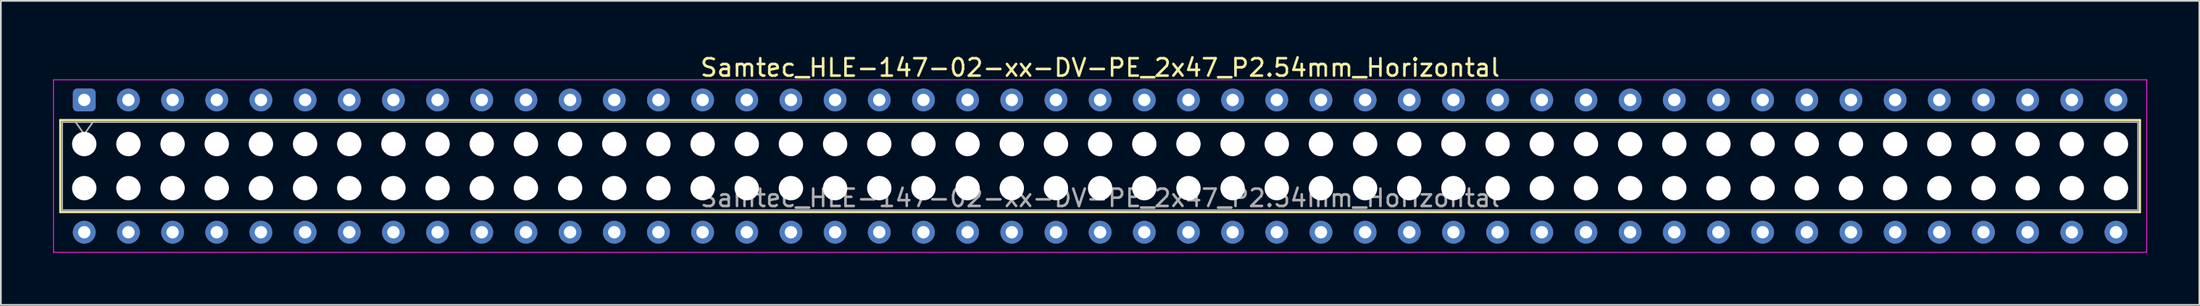
<source format=kicad_pcb>
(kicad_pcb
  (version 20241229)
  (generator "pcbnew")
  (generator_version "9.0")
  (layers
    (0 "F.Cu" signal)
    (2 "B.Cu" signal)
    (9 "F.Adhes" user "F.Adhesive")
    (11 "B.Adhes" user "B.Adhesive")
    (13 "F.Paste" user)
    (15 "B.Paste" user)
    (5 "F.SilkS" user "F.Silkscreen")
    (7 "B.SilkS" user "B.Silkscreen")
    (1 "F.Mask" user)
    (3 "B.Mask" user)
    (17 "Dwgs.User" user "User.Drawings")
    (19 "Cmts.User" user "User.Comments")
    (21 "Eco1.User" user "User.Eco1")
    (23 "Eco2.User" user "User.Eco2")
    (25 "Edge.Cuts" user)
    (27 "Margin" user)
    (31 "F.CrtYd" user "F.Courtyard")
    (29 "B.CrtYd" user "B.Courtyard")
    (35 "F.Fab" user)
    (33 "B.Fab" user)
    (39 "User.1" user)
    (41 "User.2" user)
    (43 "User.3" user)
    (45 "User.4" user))
  (footprint "Samtec_HLE-147-02-xx-DV-PE_2x47_P2.54mm_Horizontal"
    (layer "F.Cu")
    (at 1.795 2.708)
    (property "Reference" "Samtec_HLE-147-02-xx-DV-PE_2x47_P2.54mm_Horizontal" (at 58.42 -1.86 0) (layer "F.SilkS") (effects (font (size 1 1) (thickness 0.15))))
    (attr through_hole)
    (fp_line (start -1.38 1.16) (end 118.22 1.16) (stroke (width 0.12) (type solid)) (layer "F.SilkS"))
    (fp_line (start -1.38 6.46) (end -1.38 1.16) (stroke (width 0.12) (type solid)) (layer "F.SilkS"))
    (fp_line (start 118.22 1.16) (end 118.22 6.46) (stroke (width 0.12) (type solid)) (layer "F.SilkS"))
    (fp_line (start 118.22 6.46) (end -1.38 6.46) (stroke (width 0.12) (type solid)) (layer "F.SilkS"))
    (fp_line (start -1.77 -1.16) (end 118.61 -1.16) (stroke (width 0.05) (type solid)) (layer "F.CrtYd"))
    (fp_line (start -1.77 8.78) (end -1.77 -1.16) (stroke (width 0.05) (type solid)) (layer "F.CrtYd"))
    (fp_line (start 118.61 -1.16) (end 118.61 8.78) (stroke (width 0.05) (type solid)) (layer "F.CrtYd"))
    (fp_line (start 118.61 8.78) (end -1.77 8.78) (stroke (width 0.05) (type solid)) (layer "F.CrtYd"))
    (fp_line (start -1.27 1.27) (end 118.11 1.27) (stroke (width 0.1) (type solid)) (layer "F.Fab"))
    (fp_line (start -1.27 6.35) (end -1.27 1.27) (stroke (width 0.1) (type solid)) (layer "F.Fab"))
    (fp_line (start -0.5 1.27) (end 0 1.977) (stroke (width 0.1) (type solid)) (layer "F.Fab"))
    (fp_line (start 0 1.977) (end 0.5 1.27) (stroke (width 0.1) (type solid)) (layer "F.Fab"))
    (fp_line (start 118.11 1.27) (end 118.11 6.35) (stroke (width 0.1) (type solid)) (layer "F.Fab"))
    (fp_line (start 118.11 6.35) (end -1.27 6.35) (stroke (width 0.1) (type solid)) (layer "F.Fab"))
    (fp_text user "${REFERENCE}" (at 58.42 5.65 0) (layer "F.Fab") (effects (font (size 1 1) (thickness 0.15))))
    (pad "" np_thru_hole circle (at 0 2.54) (size 1.4 1.4) (drill 1.4) (layers "*.Cu" "*.Mask"))
    (pad "" np_thru_hole circle (at 0 5.08) (size 1.4 1.4) (drill 1.4) (layers "*.Cu" "*.Mask"))
    (pad "" np_thru_hole circle (at 2.54 2.54) (size 1.4 1.4) (drill 1.4) (layers "*.Cu" "*.Mask"))
    (pad "" np_thru_hole circle (at 2.54 5.08) (size 1.4 1.4) (drill 1.4) (layers "*.Cu" "*.Mask"))
    (pad "" np_thru_hole circle (at 5.08 2.54) (size 1.4 1.4) (drill 1.4) (layers "*.Cu" "*.Mask"))
    (pad "" np_thru_hole circle (at 5.08 5.08) (size 1.4 1.4) (drill 1.4) (layers "*.Cu" "*.Mask"))
    (pad "" np_thru_hole circle (at 7.62 2.54) (size 1.4 1.4) (drill 1.4) (layers "*.Cu" "*.Mask"))
    (pad "" np_thru_hole circle (at 7.62 5.08) (size 1.4 1.4) (drill 1.4) (layers "*.Cu" "*.Mask"))
    (pad "" np_thru_hole circle (at 10.16 2.54) (size 1.4 1.4) (drill 1.4) (layers "*.Cu" "*.Mask"))
    (pad "" np_thru_hole circle (at 10.16 5.08) (size 1.4 1.4) (drill 1.4) (layers "*.Cu" "*.Mask"))
    (pad "" np_thru_hole circle (at 12.7 2.54) (size 1.4 1.4) (drill 1.4) (layers "*.Cu" "*.Mask"))
    (pad "" np_thru_hole circle (at 12.7 5.08) (size 1.4 1.4) (drill 1.4) (layers "*.Cu" "*.Mask"))
    (pad "" np_thru_hole circle (at 15.24 2.54) (size 1.4 1.4) (drill 1.4) (layers "*.Cu" "*.Mask"))
    (pad "" np_thru_hole circle (at 15.24 5.08) (size 1.4 1.4) (drill 1.4) (layers "*.Cu" "*.Mask"))
    (pad "" np_thru_hole circle (at 17.78 2.54) (size 1.4 1.4) (drill 1.4) (layers "*.Cu" "*.Mask"))
    (pad "" np_thru_hole circle (at 17.78 5.08) (size 1.4 1.4) (drill 1.4) (layers "*.Cu" "*.Mask"))
    (pad "" np_thru_hole circle (at 20.32 2.54) (size 1.4 1.4) (drill 1.4) (layers "*.Cu" "*.Mask"))
    (pad "" np_thru_hole circle (at 20.32 5.08) (size 1.4 1.4) (drill 1.4) (layers "*.Cu" "*.Mask"))
    (pad "" np_thru_hole circle (at 22.86 2.54) (size 1.4 1.4) (drill 1.4) (layers "*.Cu" "*.Mask"))
    (pad "" np_thru_hole circle (at 22.86 5.08) (size 1.4 1.4) (drill 1.4) (layers "*.Cu" "*.Mask"))
    (pad "" np_thru_hole circle (at 25.4 2.54) (size 1.4 1.4) (drill 1.4) (layers "*.Cu" "*.Mask"))
    (pad "" np_thru_hole circle (at 25.4 5.08) (size 1.4 1.4) (drill 1.4) (layers "*.Cu" "*.Mask"))
    (pad "" np_thru_hole circle (at 27.94 2.54) (size 1.4 1.4) (drill 1.4) (layers "*.Cu" "*.Mask"))
    (pad "" np_thru_hole circle (at 27.94 5.08) (size 1.4 1.4) (drill 1.4) (layers "*.Cu" "*.Mask"))
    (pad "" np_thru_hole circle (at 30.48 2.54) (size 1.4 1.4) (drill 1.4) (layers "*.Cu" "*.Mask"))
    (pad "" np_thru_hole circle (at 30.48 5.08) (size 1.4 1.4) (drill 1.4) (layers "*.Cu" "*.Mask"))
    (pad "" np_thru_hole circle (at 33.02 2.54) (size 1.4 1.4) (drill 1.4) (layers "*.Cu" "*.Mask"))
    (pad "" np_thru_hole circle (at 33.02 5.08) (size 1.4 1.4) (drill 1.4) (layers "*.Cu" "*.Mask"))
    (pad "" np_thru_hole circle (at 35.56 2.54) (size 1.4 1.4) (drill 1.4) (layers "*.Cu" "*.Mask"))
    (pad "" np_thru_hole circle (at 35.56 5.08) (size 1.4 1.4) (drill 1.4) (layers "*.Cu" "*.Mask"))
    (pad "" np_thru_hole circle (at 38.1 2.54) (size 1.4 1.4) (drill 1.4) (layers "*.Cu" "*.Mask"))
    (pad "" np_thru_hole circle (at 38.1 5.08) (size 1.4 1.4) (drill 1.4) (layers "*.Cu" "*.Mask"))
    (pad "" np_thru_hole circle (at 40.64 2.54) (size 1.4 1.4) (drill 1.4) (layers "*.Cu" "*.Mask"))
    (pad "" np_thru_hole circle (at 40.64 5.08) (size 1.4 1.4) (drill 1.4) (layers "*.Cu" "*.Mask"))
    (pad "" np_thru_hole circle (at 43.18 2.54) (size 1.4 1.4) (drill 1.4) (layers "*.Cu" "*.Mask"))
    (pad "" np_thru_hole circle (at 43.18 5.08) (size 1.4 1.4) (drill 1.4) (layers "*.Cu" "*.Mask"))
    (pad "" np_thru_hole circle (at 45.72 2.54) (size 1.4 1.4) (drill 1.4) (layers "*.Cu" "*.Mask"))
    (pad "" np_thru_hole circle (at 45.72 5.08) (size 1.4 1.4) (drill 1.4) (layers "*.Cu" "*.Mask"))
    (pad "" np_thru_hole circle (at 48.26 2.54) (size 1.4 1.4) (drill 1.4) (layers "*.Cu" "*.Mask"))
    (pad "" np_thru_hole circle (at 48.26 5.08) (size 1.4 1.4) (drill 1.4) (layers "*.Cu" "*.Mask"))
    (pad "" np_thru_hole circle (at 50.8 2.54) (size 1.4 1.4) (drill 1.4) (layers "*.Cu" "*.Mask"))
    (pad "" np_thru_hole circle (at 50.8 5.08) (size 1.4 1.4) (drill 1.4) (layers "*.Cu" "*.Mask"))
    (pad "" np_thru_hole circle (at 53.34 2.54) (size 1.4 1.4) (drill 1.4) (layers "*.Cu" "*.Mask"))
    (pad "" np_thru_hole circle (at 53.34 5.08) (size 1.4 1.4) (drill 1.4) (layers "*.Cu" "*.Mask"))
    (pad "" np_thru_hole circle (at 55.88 2.54) (size 1.4 1.4) (drill 1.4) (layers "*.Cu" "*.Mask"))
    (pad "" np_thru_hole circle (at 55.88 5.08) (size 1.4 1.4) (drill 1.4) (layers "*.Cu" "*.Mask"))
    (pad "" np_thru_hole circle (at 58.42 2.54) (size 1.4 1.4) (drill 1.4) (layers "*.Cu" "*.Mask"))
    (pad "" np_thru_hole circle (at 58.42 5.08) (size 1.4 1.4) (drill 1.4) (layers "*.Cu" "*.Mask"))
    (pad "" np_thru_hole circle (at 60.96 2.54) (size 1.4 1.4) (drill 1.4) (layers "*.Cu" "*.Mask"))
    (pad "" np_thru_hole circle (at 60.96 5.08) (size 1.4 1.4) (drill 1.4) (layers "*.Cu" "*.Mask"))
    (pad "" np_thru_hole circle (at 63.5 2.54) (size 1.4 1.4) (drill 1.4) (layers "*.Cu" "*.Mask"))
    (pad "" np_thru_hole circle (at 63.5 5.08) (size 1.4 1.4) (drill 1.4) (layers "*.Cu" "*.Mask"))
    (pad "" np_thru_hole circle (at 66.04 2.54) (size 1.4 1.4) (drill 1.4) (layers "*.Cu" "*.Mask"))
    (pad "" np_thru_hole circle (at 66.04 5.08) (size 1.4 1.4) (drill 1.4) (layers "*.Cu" "*.Mask"))
    (pad "" np_thru_hole circle (at 68.58 2.54) (size 1.4 1.4) (drill 1.4) (layers "*.Cu" "*.Mask"))
    (pad "" np_thru_hole circle (at 68.58 5.08) (size 1.4 1.4) (drill 1.4) (layers "*.Cu" "*.Mask"))
    (pad "" np_thru_hole circle (at 71.12 2.54) (size 1.4 1.4) (drill 1.4) (layers "*.Cu" "*.Mask"))
    (pad "" np_thru_hole circle (at 71.12 5.08) (size 1.4 1.4) (drill 1.4) (layers "*.Cu" "*.Mask"))
    (pad "" np_thru_hole circle (at 73.66 2.54) (size 1.4 1.4) (drill 1.4) (layers "*.Cu" "*.Mask"))
    (pad "" np_thru_hole circle (at 73.66 5.08) (size 1.4 1.4) (drill 1.4) (layers "*.Cu" "*.Mask"))
    (pad "" np_thru_hole circle (at 76.2 2.54) (size 1.4 1.4) (drill 1.4) (layers "*.Cu" "*.Mask"))
    (pad "" np_thru_hole circle (at 76.2 5.08) (size 1.4 1.4) (drill 1.4) (layers "*.Cu" "*.Mask"))
    (pad "" np_thru_hole circle (at 78.74 2.54) (size 1.4 1.4) (drill 1.4) (layers "*.Cu" "*.Mask"))
    (pad "" np_thru_hole circle (at 78.74 5.08) (size 1.4 1.4) (drill 1.4) (layers "*.Cu" "*.Mask"))
    (pad "" np_thru_hole circle (at 81.28 2.54) (size 1.4 1.4) (drill 1.4) (layers "*.Cu" "*.Mask"))
    (pad "" np_thru_hole circle (at 81.28 5.08) (size 1.4 1.4) (drill 1.4) (layers "*.Cu" "*.Mask"))
    (pad "" np_thru_hole circle (at 83.82 2.54) (size 1.4 1.4) (drill 1.4) (layers "*.Cu" "*.Mask"))
    (pad "" np_thru_hole circle (at 83.82 5.08) (size 1.4 1.4) (drill 1.4) (layers "*.Cu" "*.Mask"))
    (pad "" np_thru_hole circle (at 86.36 2.54) (size 1.4 1.4) (drill 1.4) (layers "*.Cu" "*.Mask"))
    (pad "" np_thru_hole circle (at 86.36 5.08) (size 1.4 1.4) (drill 1.4) (layers "*.Cu" "*.Mask"))
    (pad "" np_thru_hole circle (at 88.9 2.54) (size 1.4 1.4) (drill 1.4) (layers "*.Cu" "*.Mask"))
    (pad "" np_thru_hole circle (at 88.9 5.08) (size 1.4 1.4) (drill 1.4) (layers "*.Cu" "*.Mask"))
    (pad "" np_thru_hole circle (at 91.44 2.54) (size 1.4 1.4) (drill 1.4) (layers "*.Cu" "*.Mask"))
    (pad "" np_thru_hole circle (at 91.44 5.08) (size 1.4 1.4) (drill 1.4) (layers "*.Cu" "*.Mask"))
    (pad "" np_thru_hole circle (at 93.98 2.54) (size 1.4 1.4) (drill 1.4) (layers "*.Cu" "*.Mask"))
    (pad "" np_thru_hole circle (at 93.98 5.08) (size 1.4 1.4) (drill 1.4) (layers "*.Cu" "*.Mask"))
    (pad "" np_thru_hole circle (at 96.52 2.54) (size 1.4 1.4) (drill 1.4) (layers "*.Cu" "*.Mask"))
    (pad "" np_thru_hole circle (at 96.52 5.08) (size 1.4 1.4) (drill 1.4) (layers "*.Cu" "*.Mask"))
    (pad "" np_thru_hole circle (at 99.06 2.54) (size 1.4 1.4) (drill 1.4) (layers "*.Cu" "*.Mask"))
    (pad "" np_thru_hole circle (at 99.06 5.08) (size 1.4 1.4) (drill 1.4) (layers "*.Cu" "*.Mask"))
    (pad "" np_thru_hole circle (at 101.6 2.54) (size 1.4 1.4) (drill 1.4) (layers "*.Cu" "*.Mask"))
    (pad "" np_thru_hole circle (at 101.6 5.08) (size 1.4 1.4) (drill 1.4) (layers "*.Cu" "*.Mask"))
    (pad "" np_thru_hole circle (at 104.14 2.54) (size 1.4 1.4) (drill 1.4) (layers "*.Cu" "*.Mask"))
    (pad "" np_thru_hole circle (at 104.14 5.08) (size 1.4 1.4) (drill 1.4) (layers "*.Cu" "*.Mask"))
    (pad "" np_thru_hole circle (at 106.68 2.54) (size 1.4 1.4) (drill 1.4) (layers "*.Cu" "*.Mask"))
    (pad "" np_thru_hole circle (at 106.68 5.08) (size 1.4 1.4) (drill 1.4) (layers "*.Cu" "*.Mask"))
    (pad "" np_thru_hole circle (at 109.22 2.54) (size 1.4 1.4) (drill 1.4) (layers "*.Cu" "*.Mask"))
    (pad "" np_thru_hole circle (at 109.22 5.08) (size 1.4 1.4) (drill 1.4) (layers "*.Cu" "*.Mask"))
    (pad "" np_thru_hole circle (at 111.76 2.54) (size 1.4 1.4) (drill 1.4) (layers "*.Cu" "*.Mask"))
    (pad "" np_thru_hole circle (at 111.76 5.08) (size 1.4 1.4) (drill 1.4) (layers "*.Cu" "*.Mask"))
    (pad "" np_thru_hole circle (at 114.3 2.54) (size 1.4 1.4) (drill 1.4) (layers "*.Cu" "*.Mask"))
    (pad "" np_thru_hole circle (at 114.3 5.08) (size 1.4 1.4) (drill 1.4) (layers "*.Cu" "*.Mask"))
    (pad "" np_thru_hole circle (at 116.84 2.54) (size 1.4 1.4) (drill 1.4) (layers "*.Cu" "*.Mask"))
    (pad "" np_thru_hole circle (at 116.84 5.08) (size 1.4 1.4) (drill 1.4) (layers "*.Cu" "*.Mask"))
    (pad "1" thru_hole roundrect (at 0 0) (size 1.31 1.31) (drill 0.71) (layers "*.Cu" "*.Mask") (roundrect_rratio 0.191))
    (pad "2" thru_hole circle (at 0 7.62) (size 1.31 1.31) (drill 0.71) (layers "*.Cu" "*.Mask"))
    (pad "3" thru_hole circle (at 2.54 0) (size 1.31 1.31) (drill 0.71) (layers "*.Cu" "*.Mask"))
    (pad "4" thru_hole circle (at 2.54 7.62) (size 1.31 1.31) (drill 0.71) (layers "*.Cu" "*.Mask"))
    (pad "5" thru_hole circle (at 5.08 0) (size 1.31 1.31) (drill 0.71) (layers "*.Cu" "*.Mask"))
    (pad "6" thru_hole circle (at 5.08 7.62) (size 1.31 1.31) (drill 0.71) (layers "*.Cu" "*.Mask"))
    (pad "7" thru_hole circle (at 7.62 0) (size 1.31 1.31) (drill 0.71) (layers "*.Cu" "*.Mask"))
    (pad "8" thru_hole circle (at 7.62 7.62) (size 1.31 1.31) (drill 0.71) (layers "*.Cu" "*.Mask"))
    (pad "9" thru_hole circle (at 10.16 0) (size 1.31 1.31) (drill 0.71) (layers "*.Cu" "*.Mask"))
    (pad "10" thru_hole circle (at 10.16 7.62) (size 1.31 1.31) (drill 0.71) (layers "*.Cu" "*.Mask"))
    (pad "11" thru_hole circle (at 12.7 0) (size 1.31 1.31) (drill 0.71) (layers "*.Cu" "*.Mask"))
    (pad "12" thru_hole circle (at 12.7 7.62) (size 1.31 1.31) (drill 0.71) (layers "*.Cu" "*.Mask"))
    (pad "13" thru_hole circle (at 15.24 0) (size 1.31 1.31) (drill 0.71) (layers "*.Cu" "*.Mask"))
    (pad "14" thru_hole circle (at 15.24 7.62) (size 1.31 1.31) (drill 0.71) (layers "*.Cu" "*.Mask"))
    (pad "15" thru_hole circle (at 17.78 0) (size 1.31 1.31) (drill 0.71) (layers "*.Cu" "*.Mask"))
    (pad "16" thru_hole circle (at 17.78 7.62) (size 1.31 1.31) (drill 0.71) (layers "*.Cu" "*.Mask"))
    (pad "17" thru_hole circle (at 20.32 0) (size 1.31 1.31) (drill 0.71) (layers "*.Cu" "*.Mask"))
    (pad "18" thru_hole circle (at 20.32 7.62) (size 1.31 1.31) (drill 0.71) (layers "*.Cu" "*.Mask"))
    (pad "19" thru_hole circle (at 22.86 0) (size 1.31 1.31) (drill 0.71) (layers "*.Cu" "*.Mask"))
    (pad "20" thru_hole circle (at 22.86 7.62) (size 1.31 1.31) (drill 0.71) (layers "*.Cu" "*.Mask"))
    (pad "21" thru_hole circle (at 25.4 0) (size 1.31 1.31) (drill 0.71) (layers "*.Cu" "*.Mask"))
    (pad "22" thru_hole circle (at 25.4 7.62) (size 1.31 1.31) (drill 0.71) (layers "*.Cu" "*.Mask"))
    (pad "23" thru_hole circle (at 27.94 0) (size 1.31 1.31) (drill 0.71) (layers "*.Cu" "*.Mask"))
    (pad "24" thru_hole circle (at 27.94 7.62) (size 1.31 1.31) (drill 0.71) (layers "*.Cu" "*.Mask"))
    (pad "25" thru_hole circle (at 30.48 0) (size 1.31 1.31) (drill 0.71) (layers "*.Cu" "*.Mask"))
    (pad "26" thru_hole circle (at 30.48 7.62) (size 1.31 1.31) (drill 0.71) (layers "*.Cu" "*.Mask"))
    (pad "27" thru_hole circle (at 33.02 0) (size 1.31 1.31) (drill 0.71) (layers "*.Cu" "*.Mask"))
    (pad "28" thru_hole circle (at 33.02 7.62) (size 1.31 1.31) (drill 0.71) (layers "*.Cu" "*.Mask"))
    (pad "29" thru_hole circle (at 35.56 0) (size 1.31 1.31) (drill 0.71) (layers "*.Cu" "*.Mask"))
    (pad "30" thru_hole circle (at 35.56 7.62) (size 1.31 1.31) (drill 0.71) (layers "*.Cu" "*.Mask"))
    (pad "31" thru_hole circle (at 38.1 0) (size 1.31 1.31) (drill 0.71) (layers "*.Cu" "*.Mask"))
    (pad "32" thru_hole circle (at 38.1 7.62) (size 1.31 1.31) (drill 0.71) (layers "*.Cu" "*.Mask"))
    (pad "33" thru_hole circle (at 40.64 0) (size 1.31 1.31) (drill 0.71) (layers "*.Cu" "*.Mask"))
    (pad "34" thru_hole circle (at 40.64 7.62) (size 1.31 1.31) (drill 0.71) (layers "*.Cu" "*.Mask"))
    (pad "35" thru_hole circle (at 43.18 0) (size 1.31 1.31) (drill 0.71) (layers "*.Cu" "*.Mask"))
    (pad "36" thru_hole circle (at 43.18 7.62) (size 1.31 1.31) (drill 0.71) (layers "*.Cu" "*.Mask"))
    (pad "37" thru_hole circle (at 45.72 0) (size 1.31 1.31) (drill 0.71) (layers "*.Cu" "*.Mask"))
    (pad "38" thru_hole circle (at 45.72 7.62) (size 1.31 1.31) (drill 0.71) (layers "*.Cu" "*.Mask"))
    (pad "39" thru_hole circle (at 48.26 0) (size 1.31 1.31) (drill 0.71) (layers "*.Cu" "*.Mask"))
    (pad "40" thru_hole circle (at 48.26 7.62) (size 1.31 1.31) (drill 0.71) (layers "*.Cu" "*.Mask"))
    (pad "41" thru_hole circle (at 50.8 0) (size 1.31 1.31) (drill 0.71) (layers "*.Cu" "*.Mask"))
    (pad "42" thru_hole circle (at 50.8 7.62) (size 1.31 1.31) (drill 0.71) (layers "*.Cu" "*.Mask"))
    (pad "43" thru_hole circle (at 53.34 0) (size 1.31 1.31) (drill 0.71) (layers "*.Cu" "*.Mask"))
    (pad "44" thru_hole circle (at 53.34 7.62) (size 1.31 1.31) (drill 0.71) (layers "*.Cu" "*.Mask"))
    (pad "45" thru_hole circle (at 55.88 0) (size 1.31 1.31) (drill 0.71) (layers "*.Cu" "*.Mask"))
    (pad "46" thru_hole circle (at 55.88 7.62) (size 1.31 1.31) (drill 0.71) (layers "*.Cu" "*.Mask"))
    (pad "47" thru_hole circle (at 58.42 0) (size 1.31 1.31) (drill 0.71) (layers "*.Cu" "*.Mask"))
    (pad "48" thru_hole circle (at 58.42 7.62) (size 1.31 1.31) (drill 0.71) (layers "*.Cu" "*.Mask"))
    (pad "49" thru_hole circle (at 60.96 0) (size 1.31 1.31) (drill 0.71) (layers "*.Cu" "*.Mask"))
    (pad "50" thru_hole circle (at 60.96 7.62) (size 1.31 1.31) (drill 0.71) (layers "*.Cu" "*.Mask"))
    (pad "51" thru_hole circle (at 63.5 0) (size 1.31 1.31) (drill 0.71) (layers "*.Cu" "*.Mask"))
    (pad "52" thru_hole circle (at 63.5 7.62) (size 1.31 1.31) (drill 0.71) (layers "*.Cu" "*.Mask"))
    (pad "53" thru_hole circle (at 66.04 0) (size 1.31 1.31) (drill 0.71) (layers "*.Cu" "*.Mask"))
    (pad "54" thru_hole circle (at 66.04 7.62) (size 1.31 1.31) (drill 0.71) (layers "*.Cu" "*.Mask"))
    (pad "55" thru_hole circle (at 68.58 0) (size 1.31 1.31) (drill 0.71) (layers "*.Cu" "*.Mask"))
    (pad "56" thru_hole circle (at 68.58 7.62) (size 1.31 1.31) (drill 0.71) (layers "*.Cu" "*.Mask"))
    (pad "57" thru_hole circle (at 71.12 0) (size 1.31 1.31) (drill 0.71) (layers "*.Cu" "*.Mask"))
    (pad "58" thru_hole circle (at 71.12 7.62) (size 1.31 1.31) (drill 0.71) (layers "*.Cu" "*.Mask"))
    (pad "59" thru_hole circle (at 73.66 0) (size 1.31 1.31) (drill 0.71) (layers "*.Cu" "*.Mask"))
    (pad "60" thru_hole circle (at 73.66 7.62) (size 1.31 1.31) (drill 0.71) (layers "*.Cu" "*.Mask"))
    (pad "61" thru_hole circle (at 76.2 0) (size 1.31 1.31) (drill 0.71) (layers "*.Cu" "*.Mask"))
    (pad "62" thru_hole circle (at 76.2 7.62) (size 1.31 1.31) (drill 0.71) (layers "*.Cu" "*.Mask"))
    (pad "63" thru_hole circle (at 78.74 0) (size 1.31 1.31) (drill 0.71) (layers "*.Cu" "*.Mask"))
    (pad "64" thru_hole circle (at 78.74 7.62) (size 1.31 1.31) (drill 0.71) (layers "*.Cu" "*.Mask"))
    (pad "65" thru_hole circle (at 81.28 0) (size 1.31 1.31) (drill 0.71) (layers "*.Cu" "*.Mask"))
    (pad "66" thru_hole circle (at 81.28 7.62) (size 1.31 1.31) (drill 0.71) (layers "*.Cu" "*.Mask"))
    (pad "67" thru_hole circle (at 83.82 0) (size 1.31 1.31) (drill 0.71) (layers "*.Cu" "*.Mask"))
    (pad "68" thru_hole circle (at 83.82 7.62) (size 1.31 1.31) (drill 0.71) (layers "*.Cu" "*.Mask"))
    (pad "69" thru_hole circle (at 86.36 0) (size 1.31 1.31) (drill 0.71) (layers "*.Cu" "*.Mask"))
    (pad "70" thru_hole circle (at 86.36 7.62) (size 1.31 1.31) (drill 0.71) (layers "*.Cu" "*.Mask"))
    (pad "71" thru_hole circle (at 88.9 0) (size 1.31 1.31) (drill 0.71) (layers "*.Cu" "*.Mask"))
    (pad "72" thru_hole circle (at 88.9 7.62) (size 1.31 1.31) (drill 0.71) (layers "*.Cu" "*.Mask"))
    (pad "73" thru_hole circle (at 91.44 0) (size 1.31 1.31) (drill 0.71) (layers "*.Cu" "*.Mask"))
    (pad "74" thru_hole circle (at 91.44 7.62) (size 1.31 1.31) (drill 0.71) (layers "*.Cu" "*.Mask"))
    (pad "75" thru_hole circle (at 93.98 0) (size 1.31 1.31) (drill 0.71) (layers "*.Cu" "*.Mask"))
    (pad "76" thru_hole circle (at 93.98 7.62) (size 1.31 1.31) (drill 0.71) (layers "*.Cu" "*.Mask"))
    (pad "77" thru_hole circle (at 96.52 0) (size 1.31 1.31) (drill 0.71) (layers "*.Cu" "*.Mask"))
    (pad "78" thru_hole circle (at 96.52 7.62) (size 1.31 1.31) (drill 0.71) (layers "*.Cu" "*.Mask"))
    (pad "79" thru_hole circle (at 99.06 0) (size 1.31 1.31) (drill 0.71) (layers "*.Cu" "*.Mask"))
    (pad "80" thru_hole circle (at 99.06 7.62) (size 1.31 1.31) (drill 0.71) (layers "*.Cu" "*.Mask"))
    (pad "81" thru_hole circle (at 101.6 0) (size 1.31 1.31) (drill 0.71) (layers "*.Cu" "*.Mask"))
    (pad "82" thru_hole circle (at 101.6 7.62) (size 1.31 1.31) (drill 0.71) (layers "*.Cu" "*.Mask"))
    (pad "83" thru_hole circle (at 104.14 0) (size 1.31 1.31) (drill 0.71) (layers "*.Cu" "*.Mask"))
    (pad "84" thru_hole circle (at 104.14 7.62) (size 1.31 1.31) (drill 0.71) (layers "*.Cu" "*.Mask"))
    (pad "85" thru_hole circle (at 106.68 0) (size 1.31 1.31) (drill 0.71) (layers "*.Cu" "*.Mask"))
    (pad "86" thru_hole circle (at 106.68 7.62) (size 1.31 1.31) (drill 0.71) (layers "*.Cu" "*.Mask"))
    (pad "87" thru_hole circle (at 109.22 0) (size 1.31 1.31) (drill 0.71) (layers "*.Cu" "*.Mask"))
    (pad "88" thru_hole circle (at 109.22 7.62) (size 1.31 1.31) (drill 0.71) (layers "*.Cu" "*.Mask"))
    (pad "89" thru_hole circle (at 111.76 0) (size 1.31 1.31) (drill 0.71) (layers "*.Cu" "*.Mask"))
    (pad "90" thru_hole circle (at 111.76 7.62) (size 1.31 1.31) (drill 0.71) (layers "*.Cu" "*.Mask"))
    (pad "91" thru_hole circle (at 114.3 0) (size 1.31 1.31) (drill 0.71) (layers "*.Cu" "*.Mask"))
    (pad "92" thru_hole circle (at 114.3 7.62) (size 1.31 1.31) (drill 0.71) (layers "*.Cu" "*.Mask"))
    (pad "93" thru_hole circle (at 116.84 0) (size 1.31 1.31) (drill 0.71) (layers "*.Cu" "*.Mask"))
    (pad "94" thru_hole circle (at 116.84 7.62) (size 1.31 1.31) (drill 0.71) (layers "*.Cu" "*.Mask")))
  (gr_rect
    (start -3 -3)
    (end 123.43 14.513)
    (stroke (width 0.1) (type default))
    (fill no)
    (layer "Edge.Cuts")))
</source>
